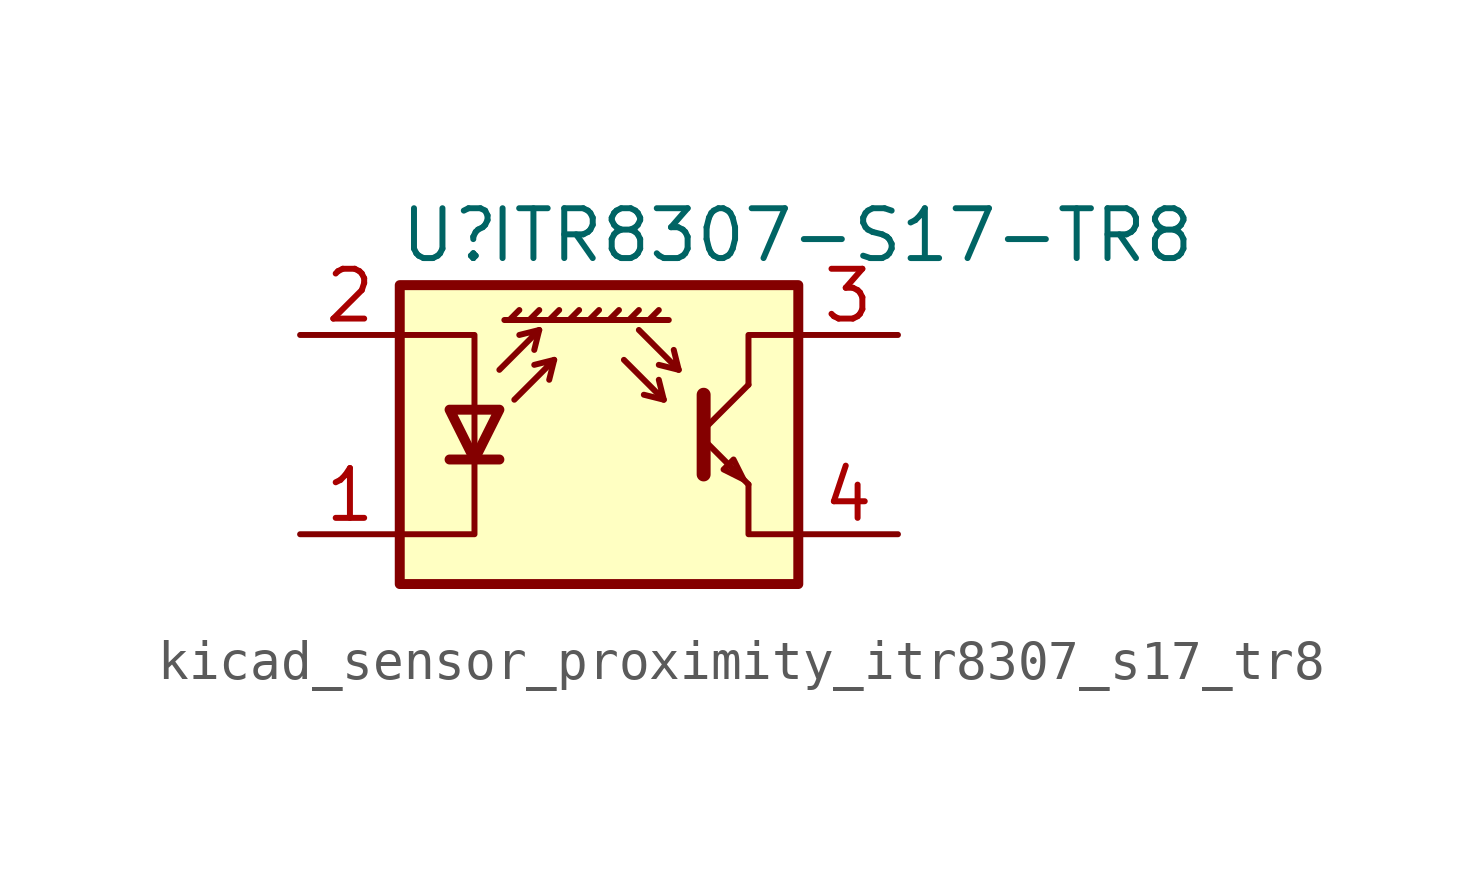
<source format=kicad_sym>
(kicad_symbol_lib
  (version 20220914)
  (generator kicad_symbol_editor)
  (symbol "kicad_sensor_proximity_itr8307_s17_tr8"
    (pin_names
      (offset 0.025) hide)
    (property "Reference" "U"
      (at -3.81 5.08 0)
      (effects (font (size 1.27 1.27))))
    (property "Value" "ITR8307-S17-TR8"
      (at 15.24 5.08 0)
      (effects (font (size 1.27 1.27)) (justify right)))
    (symbol "kicad_sensor_proximity_itr8307_s17_tr8_0_1"
      (polyline (pts (xy -3.81 -0.635) (xy -2.54 -0.635)) (stroke (width 0.254) (type default)) (fill (type none)))
      (polyline (pts (xy -2.286 2.921) (xy -2.032 3.175)) (stroke (width 0) (type default)) (fill (type none)))
      (polyline (pts (xy -1.778 2.921) (xy -1.524 3.175)) (stroke (width 0) (type default)) (fill (type none)))
      (polyline (pts (xy -1.524 2.667) (xy -1.651 2.159)) (stroke (width 0) (type default)) (fill (type none)))
      (polyline (pts (xy -1.27 2.921) (xy -1.016 3.175)) (stroke (width 0) (type default)) (fill (type none)))
      (polyline (pts (xy -1.143 1.905) (xy -1.27 1.397)) (stroke (width 0) (type default)) (fill (type none)))
      (polyline (pts (xy -0.762 2.921) (xy -0.508 3.175)) (stroke (width 0) (type default)) (fill (type none)))
      (polyline (pts (xy -0.254 2.921) (xy 0 3.175)) (stroke (width 0) (type default)) (fill (type none)))
      (polyline (pts (xy 0.254 2.921) (xy 0.508 3.175)) (stroke (width 0) (type default)) (fill (type none)))
      (polyline (pts (xy 0.762 2.921) (xy 1.016 3.175)) (stroke (width 0) (type default)) (fill (type none)))
      (polyline (pts (xy 1.27 2.921) (xy 1.524 3.175)) (stroke (width 0) (type default)) (fill (type none)))
      (polyline (pts (xy 1.651 0.889) (xy 1.143 1.016)) (stroke (width 0) (type default)) (fill (type none)))
      (polyline (pts (xy 1.778 2.921) (xy -2.413 2.921)) (stroke (width 0) (type default)) (fill (type none)))
      (polyline (pts (xy 2.032 1.651) (xy 1.524 1.778)) (stroke (width 0) (type default)) (fill (type none)))
      (polyline (pts (xy 2.667 -0.127) (xy 3.81 -1.27)) (stroke (width 0) (type default)) (fill (type none)))
      (polyline (pts (xy 2.667 0.127) (xy 3.81 1.27)) (stroke (width 0) (type default)) (fill (type none)))
      (polyline (pts (xy -2.54 1.651) (xy -1.524 2.667) (xy -2.032 2.54)) (stroke (width 0) (type default)) (fill (type none)))
      (polyline (pts (xy -2.159 0.889) (xy -1.143 1.905) (xy -1.651 1.778)) (stroke (width 0) (type default)) (fill (type none)))
      (polyline (pts (xy 0.635 1.905) (xy 1.651 0.889) (xy 1.524 1.397)) (stroke (width 0) (type default)) (fill (type none)))
      (polyline (pts (xy 1.016 2.667) (xy 2.032 1.651) (xy 1.905 2.159)) (stroke (width 0) (type default)) (fill (type none)))
      (polyline (pts (xy 2.667 1.016) (xy 2.667 -1.016) (xy 2.667 -1.016)) (stroke (width 0.356) (type default)) (fill (type none)))
      (polyline (pts (xy 3.81 -1.27) (xy 3.81 -2.54) (xy 5.08 -2.54)) (stroke (width 0) (type default)) (fill (type none)))
      (polyline (pts (xy 3.81 1.27) (xy 3.81 2.54) (xy 5.08 2.54)) (stroke (width 0) (type default)) (fill (type none)))
      (polyline (pts (xy -5.08 -2.54) (xy -3.175 -2.54) (xy -3.175 2.54) (xy -5.08 2.54)) (stroke (width 0) (type default)) (fill (type none)))
      (polyline (pts (xy -3.175 -0.635) (xy -3.81 0.635) (xy -2.54 0.635) (xy -3.175 -0.635)) (stroke (width 0.254) (type default)) (fill (type none)))
      (polyline (pts (xy 3.683 -1.143) (xy 3.429 -0.635) (xy 3.175 -0.889) (xy 3.683 -1.143)) (stroke (width 0) (type default)) (fill (type none)))
      (polyline (pts (xy -5.08 -3.81) (xy 5.08 -3.81) (xy 5.08 3.81) (xy -5.08 3.81) (xy -5.08 -3.81)) (stroke (width 0.254) (type default)) (fill (type background))))
    (symbol "kicad_sensor_proximity_itr8307_s17_tr8_1_1"
      (pin passive line (at -7.62 -2.54 0) (length 2.54) (name "K" (effects (font (size 1.27 1.27)))) (number "1" (effects (font (size 1.27 1.27)))))
      (pin passive line (at -7.62 2.54 0) (length 2.54) (name "A" (effects (font (size 1.27 1.27)))) (number "2" (effects (font (size 1.27 1.27)))))
      (pin open_collector line (at 7.62 2.54 180) (length 2.54) (name "~" (effects (font (size 1.27 1.27)))) (number "3" (effects (font (size 1.27 1.27)))))
      (pin open_emitter line (at 7.62 -2.54 180) (length 2.54) (name "~" (effects (font (size 1.27 1.27)))) (number "4" (effects (font (size 1.27 1.27))))))))
</source>
